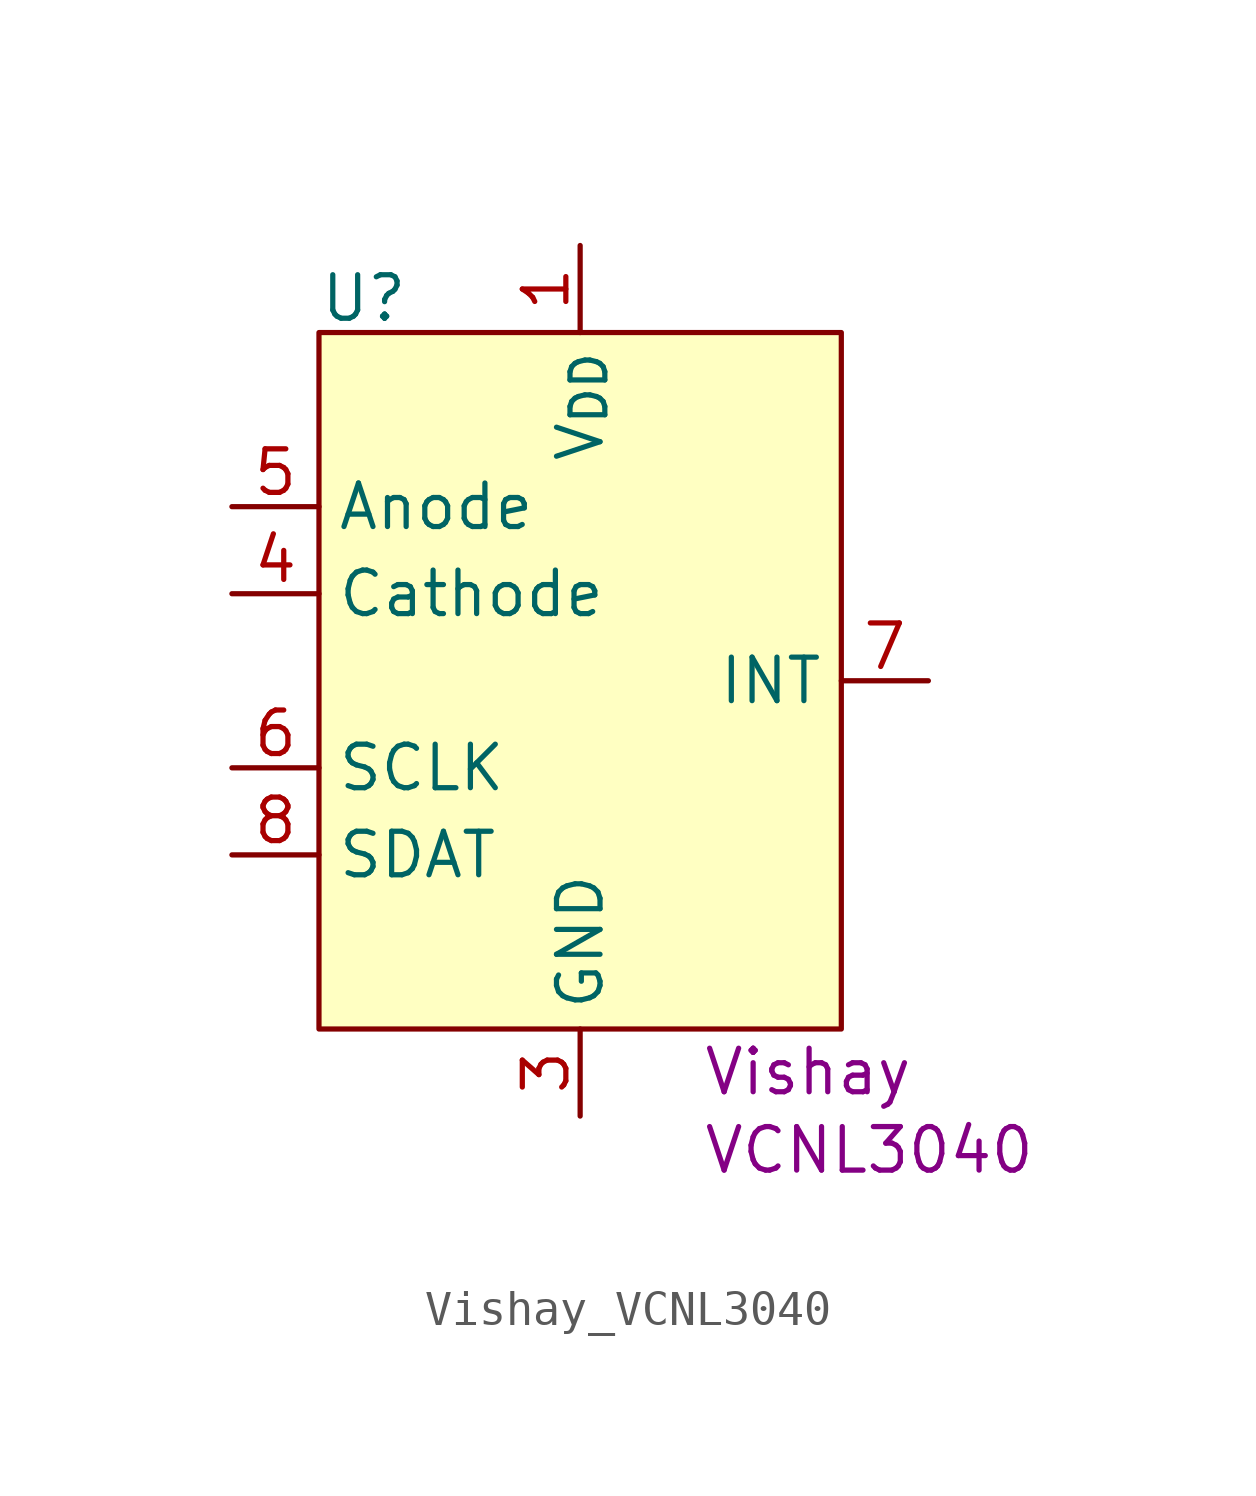
<source format=kicad_sym>
(kicad_symbol_lib
  (version 20241209)
  (generator "kicad_symbol_editor")
  (generator_version "9.0")
  (symbol "Vishay_VCNL3040"
    (property "Reference" "U"
      (at -7.62 10.414 0)
      (effects (font (size 1.27 1.27)) (justify left bottom)))
    (property "Value" ""
      (at 0 0 0)
      (effects (font (size 1.27 1.27))))
    (property "Manufacturer" "Vishay"
      (at 3.556 -10.668 0)
      (effects (font (size 1.27 1.27)) (justify left top)))
    (property "MPN" "VCNL3040"
      (at 3.556 -12.954 0)
      (effects (font (size 1.27 1.27)) (justify left top)))
    (symbol "Vishay_VCNL3040_0_0"
      (pin input line (at -10.16 5.08 0) (length 2.54) (name "Anode" (effects (font (size 1.27 1.27)))) (number "5" (effects (font (size 1.27 1.27)))))
      (pin output line (at -10.16 2.54 0) (length 2.54) (name "Cathode" (effects (font (size 1.27 1.27)))) (number "4" (effects (font (size 1.27 1.27)))))
      (pin input line (at -10.16 -2.54 0) (length 2.54) (name "SCLK" (effects (font (size 1.27 1.27)))) (number "6" (effects (font (size 1.27 1.27)))))
      (pin bidirectional line (at -10.16 -5.08 0) (length 2.54) (name "SDAT" (effects (font (size 1.27 1.27)))) (number "8" (effects (font (size 1.27 1.27)))))
      (pin power_in line (at 0 12.7 270) (length 2.54) (name "V_{DD}" (effects (font (size 1.27 1.27)))) (number "1" (effects (font (size 1.27 1.27)))))
      (pin power_in line (at 0 -12.7 90) (length 2.54) (name "GND" (effects (font (size 1.27 1.27)))) (number "3" (effects (font (size 1.27 1.27)))))
      (pin output line (at 10.16 0 180) (length 2.54) (name "INT" (effects (font (size 1.27 1.27)))) (number "7" (effects (font (size 1.27 1.27))))))
    (symbol "Vishay_VCNL3040_0_1"
      (rectangle (start -7.62 10.16) (end 7.62 -10.16) (stroke (width 0) (type default)) (fill (type background))))
    (symbol "Vishay_VCNL3040_1_0"
      (pin no_connect line (at 10.16 -7.62 180) (length 2.54) (hide yes) (name "NC" (effects (font (size 1.27 1.27)))) (number "2" (effects (font (size 1.27 1.27))))))))
</source>
